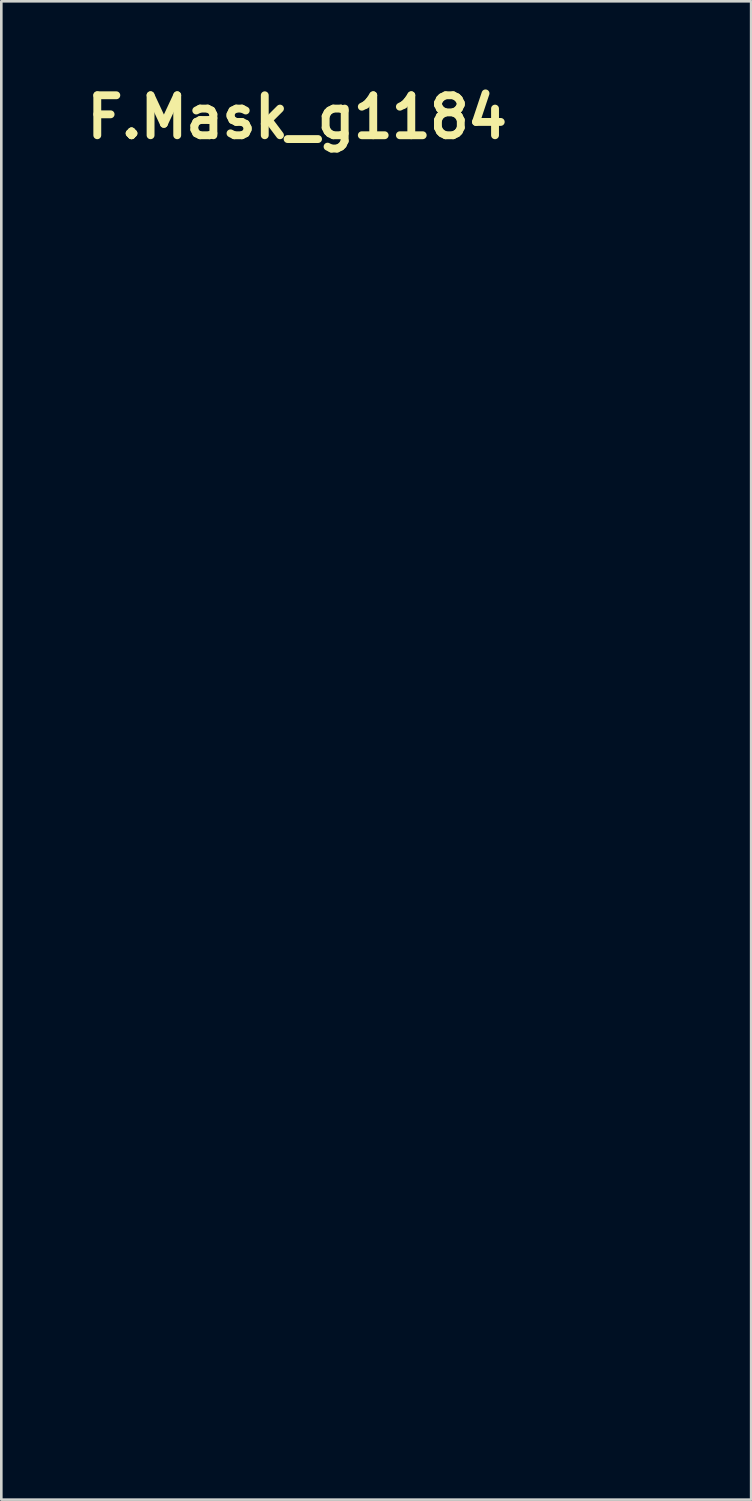
<source format=kicad_pcb>
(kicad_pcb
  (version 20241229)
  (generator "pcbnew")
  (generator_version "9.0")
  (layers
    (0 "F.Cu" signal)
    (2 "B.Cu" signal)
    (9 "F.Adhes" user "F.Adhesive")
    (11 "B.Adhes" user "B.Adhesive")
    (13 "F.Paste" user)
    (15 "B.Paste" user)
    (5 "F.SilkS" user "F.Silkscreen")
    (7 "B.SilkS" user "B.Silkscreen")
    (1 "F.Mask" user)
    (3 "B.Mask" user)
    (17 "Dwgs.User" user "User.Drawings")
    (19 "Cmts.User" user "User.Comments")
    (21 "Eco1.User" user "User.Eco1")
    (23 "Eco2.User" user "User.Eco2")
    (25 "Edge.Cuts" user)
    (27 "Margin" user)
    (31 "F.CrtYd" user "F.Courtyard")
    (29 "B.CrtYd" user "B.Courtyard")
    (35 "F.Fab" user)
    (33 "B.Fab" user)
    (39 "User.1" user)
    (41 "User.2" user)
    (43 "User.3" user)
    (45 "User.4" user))
  (footprint "F.Mask_g1184"
    (layer "F.Cu")
    (at 8.28 1.418)
    (property "Reference" "F.Mask_g1184" (at 0 0 0) (layer "F.SilkS") (effects (font (size 1.524 1.524) (thickness 0.3))))
    (attr through_hole)
    (fp_poly (pts (xy 7.908 22.32) (xy 7.993 22.383) (xy 8.097 22.473) (xy 8.212 22.583) (xy 8.332 22.705) (xy 8.449 22.834) (xy 8.556 22.961) (xy 8.559 22.966) (xy 8.61 23.032) (xy 8.672 23.117) (xy 8.742 23.215) (xy 8.816 23.32) (xy 8.889 23.427) (xy 8.958 23.529) (xy 9.019 23.622) (xy 9.068 23.699) (xy 9.102 23.754) (xy 9.116 23.782) (xy 9.115 23.785) (xy 9.093 23.784) (xy 9.04 23.775) (xy 8.968 23.759) (xy 8.962 23.758) (xy 8.781 23.731) (xy 8.576 23.73) (xy 8.359 23.753) (xy 8.137 23.798) (xy 7.922 23.865) (xy 7.8 23.915) (xy 7.522 24.058) (xy 7.26 24.231) (xy 7.022 24.428) (xy 6.816 24.643) (xy 6.752 24.72) (xy 6.68 24.813) (xy 7.092 24.798) (xy 7.348 24.789) (xy 7.567 24.784) (xy 7.753 24.783) (xy 7.912 24.787) (xy 8.047 24.795) (xy 8.165 24.808) (xy 8.269 24.826) (xy 8.365 24.849) (xy 8.414 24.864) (xy 8.486 24.889) (xy 8.538 24.916) (xy 8.575 24.952) (xy 8.599 25.005) (xy 8.616 25.081) (xy 8.63 25.189) (xy 8.636 25.257) (xy 8.653 25.574) (xy 8.641 25.868) (xy 8.601 26.137) (xy 8.532 26.378) (xy 8.435 26.591) (xy 8.311 26.773) (xy 8.309 26.774) (xy 8.18 26.908) (xy 8.03 27.024) (xy 7.855 27.122) (xy 7.654 27.203) (xy 7.423 27.27) (xy 7.158 27.323) (xy 6.857 27.363) (xy 6.732 27.375) (xy 6.447 27.401) (xy 6.552 27.503) (xy 6.724 27.651) (xy 6.925 27.789) (xy 7.14 27.91) (xy 7.356 28.005) (xy 7.399 28.02) (xy 7.609 28.081) (xy 7.813 28.116) (xy 8.03 28.128) (xy 8.148 28.125) (xy 8.366 28.106) (xy 8.564 28.066) (xy 8.757 28) (xy 8.922 27.925) (xy 9.167 27.78) (xy 9.389 27.6) (xy 9.588 27.388) (xy 9.76 27.148) (xy 9.904 26.88) (xy 10.019 26.589) (xy 10.103 26.275) (xy 10.132 26.123) (xy 10.145 26.037) (xy 10.156 25.975) (xy 10.167 25.938) (xy 10.181 25.93) (xy 10.199 25.951) (xy 10.223 26.004) (xy 10.257 26.092) (xy 10.302 26.216) (xy 10.337 26.313) (xy 10.436 26.596) (xy 10.524 26.869) (xy 10.599 27.128) (xy 10.661 27.368) (xy 10.707 27.582) (xy 10.737 27.766) (xy 10.745 27.839) (xy 10.758 27.997) (xy 10.598 28.064) (xy 10.38 28.144) (xy 10.125 28.221) (xy 9.838 28.292) (xy 9.523 28.358) (xy 9.185 28.417) (xy 8.828 28.468) (xy 8.459 28.511) (xy 8.081 28.545) (xy 7.962 28.553) (xy 7.809 28.561) (xy 7.628 28.567) (xy 7.429 28.57) (xy 7.22 28.571) (xy 7.013 28.57) (xy 6.816 28.567) (xy 6.64 28.562) (xy 6.493 28.554) (xy 6.456 28.551) (xy 6.188 28.524) (xy 5.932 28.488) (xy 5.69 28.444) (xy 5.468 28.394) (xy 5.269 28.337) (xy 5.098 28.276) (xy 4.958 28.212) (xy 4.854 28.145) (xy 4.813 28.107) (xy 4.793 28.061) (xy 4.779 27.981) (xy 4.772 27.875) (xy 4.771 27.752) (xy 4.777 27.62) (xy 4.79 27.487) (xy 4.808 27.36) (xy 4.824 27.284) (xy 4.937 26.868) (xy 5.083 26.433) (xy 5.258 25.984) (xy 5.461 25.525) (xy 5.688 25.063) (xy 5.938 24.603) (xy 6.207 24.148) (xy 6.494 23.705) (xy 6.731 23.367) (xy 6.86 23.194) (xy 6.994 23.023) (xy 7.128 22.86) (xy 7.26 22.708) (xy 7.385 22.571) (xy 7.499 22.455) (xy 7.599 22.362) (xy 7.68 22.298) (xy 7.712 22.278) (xy 7.782 22.24) (xy 7.908 22.32)) (stroke (width 0.01) (type solid)) (fill yes) (layer "F.Mask"))
    (fp_poly (pts (xy 10.766 35.076) (xy 10.84 35.085) (xy 10.863 35.091) (xy 10.906 35.117) (xy 10.943 35.161) (xy 10.974 35.226) (xy 11 35.314) (xy 11.022 35.43) (xy 11.039 35.575) (xy 11.053 35.754) (xy 11.064 35.97) (xy 11.071 36.184) (xy 11.08 36.427) (xy 11.092 36.634) (xy 11.107 36.81) (xy 11.127 36.962) (xy 11.152 37.096) (xy 11.185 37.218) (xy 11.226 37.333) (xy 11.275 37.449) (xy 11.308 37.518) (xy 11.442 37.745) (xy 11.606 37.946) (xy 11.8 38.121) (xy 12.026 38.271) (xy 12.285 38.397) (xy 12.578 38.5) (xy 12.794 38.556) (xy 12.89 38.575) (xy 13.019 38.597) (xy 13.171 38.621) (xy 13.339 38.645) (xy 13.512 38.669) (xy 13.682 38.69) (xy 13.839 38.708) (xy 13.974 38.721) (xy 14.071 38.728) (xy 14.183 38.737) (xy 14.262 38.747) (xy 14.303 38.758) (xy 14.309 38.765) (xy 14.306 38.791) (xy 14.297 38.854) (xy 14.283 38.946) (xy 14.266 39.064) (xy 14.245 39.2) (xy 14.224 39.338) (xy 14.201 39.482) (xy 14.175 39.66) (xy 14.144 39.863) (xy 14.111 40.084) (xy 14.077 40.315) (xy 14.043 40.547) (xy 14.01 40.773) (xy 14 40.841) (xy 13.918 41.404) (xy 13.841 41.926) (xy 13.767 42.411) (xy 13.698 42.86) (xy 13.631 43.275) (xy 13.567 43.659) (xy 13.506 44.013) (xy 13.446 44.341) (xy 13.388 44.643) (xy 13.332 44.922) (xy 13.275 45.18) (xy 13.219 45.42) (xy 13.163 45.642) (xy 13.107 45.85) (xy 13.049 46.046) (xy 12.99 46.231) (xy 12.929 46.409) (xy 12.866 46.58) (xy 12.834 46.662) (xy 12.654 47.078) (xy 12.458 47.457) (xy 12.244 47.799) (xy 12.01 48.107) (xy 11.756 48.383) (xy 11.48 48.628) (xy 11.18 48.843) (xy 10.855 49.031) (xy 10.837 49.04) (xy 10.597 49.155) (xy 10.348 49.256) (xy 10.086 49.345) (xy 9.807 49.423) (xy 9.507 49.491) (xy 9.182 49.549) (xy 8.827 49.598) (xy 8.439 49.64) (xy 8.013 49.675) (xy 7.959 49.679) (xy 7.874 49.683) (xy 7.755 49.688) (xy 7.605 49.692) (xy 7.431 49.696) (xy 7.238 49.7) (xy 7.033 49.703) (xy 6.82 49.706) (xy 6.605 49.709) (xy 6.395 49.711) (xy 6.194 49.712) (xy 6.009 49.713) (xy 5.844 49.713) (xy 5.707 49.712) (xy 5.601 49.71) (xy 5.546 49.708) (xy 5.141 49.685) (xy 4.772 49.661) (xy 4.432 49.635) (xy 4.114 49.606) (xy 3.81 49.574) (xy 3.515 49.538) (xy 3.222 49.498) (xy 2.923 49.452) (xy 2.743 49.422) (xy 2.372 49.356) (xy 2.002 49.283) (xy 1.638 49.203) (xy 1.283 49.119) (xy 0.943 49.031) (xy 0.621 48.941) (xy 0.322 48.849) (xy 0.049 48.757) (xy -0.192 48.666) (xy -0.397 48.577) (xy -0.487 48.533) (xy -0.705 48.41) (xy -0.916 48.268) (xy -1.12 48.105) (xy -1.318 47.922) (xy -1.511 47.716) (xy -1.699 47.486) (xy -1.884 47.23) (xy -2.066 46.947) (xy -2.246 46.637) (xy -2.425 46.297) (xy -2.602 45.925) (xy -2.78 45.522) (xy -2.959 45.085) (xy -3.139 44.613) (xy -3.322 44.105) (xy -3.35 44.023) (xy 0.974 44.023) (xy 0.984 44.018) (xy 1.014 43.982) (xy 1.058 43.922) (xy 1.112 43.842) (xy 1.125 43.822) (xy 1.358 43.484) (xy 1.591 43.177) (xy 1.821 42.904) (xy 2.046 42.669) (xy 2.056 42.659) (xy 2.226 42.511) (xy 2.392 42.397) (xy 2.551 42.319) (xy 2.701 42.277) (xy 2.84 42.272) (xy 2.965 42.304) (xy 3.076 42.374) (xy 3.114 42.411) (xy 3.17 42.48) (xy 3.228 42.569) (xy 3.289 42.681) (xy 3.355 42.819) (xy 3.425 42.984) (xy 3.502 43.181) (xy 3.587 43.411) (xy 3.68 43.677) (xy 3.756 43.898) (xy 3.816 44.075) (xy 3.875 44.248) (xy 3.932 44.412) (xy 3.984 44.56) (xy 4.029 44.685) (xy 4.065 44.781) (xy 4.082 44.826) (xy 4.147 44.979) (xy 4.222 45.141) (xy 4.3 45.301) (xy 4.377 45.448) (xy 4.449 45.574) (xy 4.494 45.646) (xy 4.617 45.804) (xy 4.766 45.958) (xy 4.933 46.099) (xy 5.106 46.22) (xy 5.275 46.31) (xy 5.285 46.314) (xy 5.471 46.377) (xy 5.669 46.411) (xy 5.866 46.415) (xy 6.048 46.39) (xy 6.063 46.386) (xy 6.259 46.314) (xy 6.444 46.205) (xy 6.611 46.063) (xy 6.708 45.961) (xy 6.796 45.857) (xy 6.874 45.747) (xy 6.946 45.629) (xy 7.012 45.498) (xy 7.074 45.349) (xy 7.135 45.178) (xy 7.196 44.983) (xy 7.257 44.758) (xy 7.322 44.499) (xy 7.392 44.203) (xy 7.397 44.182) (xy 7.452 43.947) (xy 7.499 43.749) (xy 7.54 43.583) (xy 7.576 43.445) (xy 7.609 43.329) (xy 7.64 43.233) (xy 7.67 43.149) (xy 7.694 43.088) (xy 7.718 43.039) (xy 7.737 43.022) (xy 7.759 43.033) (xy 7.761 43.035) (xy 7.802 43.077) (xy 7.864 43.153) (xy 7.945 43.258) (xy 8.042 43.391) (xy 8.153 43.548) (xy 8.277 43.726) (xy 8.371 43.865) (xy 8.553 44.129) (xy 8.717 44.358) (xy 8.867 44.556) (xy 9.005 44.724) (xy 9.134 44.866) (xy 9.258 44.984) (xy 9.378 45.081) (xy 9.497 45.16) (xy 9.619 45.223) (xy 9.746 45.274) (xy 9.817 45.297) (xy 9.903 45.32) (xy 9.983 45.333) (xy 10.072 45.338) (xy 10.187 45.336) (xy 10.189 45.336) (xy 10.293 45.331) (xy 10.368 45.323) (xy 10.431 45.308) (xy 10.495 45.283) (xy 10.571 45.247) (xy 10.744 45.138) (xy 10.893 44.997) (xy 11.015 44.826) (xy 11.107 44.63) (xy 11.165 44.424) (xy 11.184 44.285) (xy 11.194 44.119) (xy 11.195 43.941) (xy 11.186 43.765) (xy 11.168 43.606) (xy 11.167 43.599) (xy 11.149 43.501) (xy 11.126 43.394) (xy 11.1 43.285) (xy 11.072 43.181) (xy 11.045 43.088) (xy 11.021 43.013) (xy 11.001 42.964) (xy 10.987 42.948) (xy 10.985 42.95) (xy 10.978 42.982) (xy 10.97 43.046) (xy 10.963 43.134) (xy 10.957 43.233) (xy 10.933 43.52) (xy 10.892 43.783) (xy 10.836 44.018) (xy 10.766 44.218) (xy 10.757 44.238) (xy 10.679 44.379) (xy 10.583 44.492) (xy 10.475 44.576) (xy 10.359 44.626) (xy 10.24 44.64) (xy 10.124 44.616) (xy 10.112 44.611) (xy 10.044 44.572) (xy 9.973 44.511) (xy 9.897 44.426) (xy 9.814 44.314) (xy 9.723 44.172) (xy 9.622 44) (xy 9.511 43.794) (xy 9.386 43.552) (xy 9.301 43.381) (xy 9.186 43.149) (xy 9.084 42.95) (xy 8.993 42.782) (xy 8.911 42.638) (xy 8.833 42.514) (xy 8.758 42.406) (xy 8.683 42.309) (xy 8.603 42.218) (xy 8.52 42.131) (xy 8.365 41.985) (xy 8.221 41.874) (xy 8.083 41.793) (xy 7.944 41.739) (xy 7.796 41.709) (xy 7.757 41.705) (xy 7.576 41.708) (xy 7.389 41.747) (xy 7.204 41.819) (xy 7.027 41.918) (xy 6.867 42.043) (xy 6.731 42.188) (xy 6.681 42.257) (xy 6.609 42.37) (xy 6.544 42.487) (xy 6.483 42.611) (xy 6.425 42.749) (xy 6.367 42.904) (xy 6.309 43.081) (xy 6.248 43.285) (xy 6.183 43.521) (xy 6.113 43.792) (xy 6.096 43.86) (xy 6.024 44.134) (xy 5.959 44.375) (xy 5.899 44.58) (xy 5.846 44.749) (xy 5.799 44.881) (xy 5.758 44.975) (xy 5.726 45.028) (xy 5.704 45.042) (xy 5.683 45.025) (xy 5.643 44.981) (xy 5.59 44.915) (xy 5.53 44.835) (xy 5.468 44.748) (xy 5.409 44.661) (xy 5.359 44.581) (xy 5.35 44.566) (xy 5.26 44.404) (xy 5.158 44.202) (xy 5.043 43.96) (xy 4.917 43.677) (xy 4.889 43.614) (xy 4.778 43.36) (xy 4.679 43.14) (xy 4.589 42.951) (xy 4.508 42.785) (xy 4.431 42.639) (xy 4.355 42.508) (xy 4.279 42.386) (xy 4.2 42.269) (xy 4.115 42.151) (xy 4.09 42.119) (xy 3.909 41.907) (xy 3.717 41.735) (xy 3.513 41.605) (xy 3.298 41.514) (xy 3.239 41.497) (xy 3.13 41.478) (xy 2.996 41.468) (xy 2.855 41.469) (xy 2.723 41.479) (xy 2.625 41.497) (xy 2.421 41.572) (xy 2.223 41.688) (xy 2.032 41.842) (xy 1.848 42.034) (xy 1.674 42.262) (xy 1.511 42.524) (xy 1.36 42.818) (xy 1.237 43.107) (xy 1.206 43.19) (xy 1.171 43.295) (xy 1.134 43.416) (xy 1.095 43.544) (xy 1.058 43.672) (xy 1.026 43.791) (xy 0.999 43.894) (xy 0.981 43.973) (xy 0.974 44.021) (xy 0.974 44.023) (xy -3.35 44.023) (xy -3.508 43.559) (xy -3.697 42.974) (xy -3.891 42.348) (xy -3.916 42.268) (xy -4.018 41.932) (xy -4.109 41.633) (xy -4.192 41.365) (xy -4.268 41.124) (xy -4.338 40.907) (xy -4.403 40.708) (xy -4.465 40.524) (xy -4.526 40.349) (xy -4.587 40.18) (xy -4.649 40.012) (xy -4.715 39.84) (xy -4.785 39.661) (xy -4.816 39.582) (xy -5.093 38.916) (xy -5.381 38.288) (xy -5.684 37.695) (xy -6.002 37.132) (xy -6.337 36.596) (xy -6.396 36.507) (xy -6.458 36.411) (xy -6.506 36.33) (xy -6.538 36.271) (xy -6.548 36.239) (xy -6.547 36.235) (xy -6.517 36.22) (xy -6.454 36.195) (xy -6.365 36.164) (xy -6.258 36.128) (xy -6.139 36.091) (xy -6.016 36.054) (xy -5.896 36.019) (xy -5.787 35.99) (xy -5.726 35.974) (xy -5.638 35.954) (xy -5.518 35.925) (xy -5.376 35.891) (xy -5.219 35.854) (xy -5.058 35.816) (xy -4.961 35.793) (xy -4.807 35.757) (xy -4.656 35.722) (xy -4.518 35.692) (xy -4.399 35.666) (xy -4.308 35.648) (xy -4.266 35.641) (xy -4.182 35.629) (xy -4.13 35.625) (xy -4.1 35.63) (xy -4.081 35.644) (xy -4.073 35.654) (xy -4.046 35.703) (xy -4.016 35.78) (xy -3.984 35.889) (xy -3.948 36.031) (xy -3.907 36.209) (xy -3.864 36.412) (xy -3.814 36.65) (xy -3.77 36.853) (xy -3.729 37.028) (xy -3.691 37.182) (xy -3.654 37.321) (xy -3.616 37.451) (xy -3.576 37.575) (xy -3.452 37.906) (xy -3.306 38.202) (xy -3.138 38.462) (xy -2.946 38.689) (xy -2.729 38.883) (xy -2.485 39.046) (xy -2.213 39.178) (xy -1.912 39.281) (xy -1.58 39.355) (xy -1.308 39.394) (xy -1.151 39.406) (xy -0.959 39.411) (xy -0.739 39.409) (xy -0.499 39.402) (xy -0.245 39.39) (xy 0.015 39.373) (xy 0.274 39.351) (xy 0.525 39.324) (xy 0.762 39.294) (xy 0.953 39.265) (xy 1.271 39.199) (xy 1.552 39.113) (xy 1.799 39.007) (xy 2.012 38.88) (xy 2.195 38.73) (xy 2.347 38.556) (xy 2.47 38.359) (xy 2.489 38.322) (xy 2.54 38.211) (xy 2.584 38.101) (xy 2.62 37.988) (xy 2.648 37.867) (xy 2.67 37.734) (xy 2.685 37.584) (xy 2.695 37.414) (xy 2.7 37.218) (xy 2.699 36.993) (xy 2.695 36.734) (xy 2.687 36.47) (xy 2.68 36.236) (xy 2.675 36.039) (xy 2.672 35.875) (xy 2.672 35.737) (xy 2.673 35.622) (xy 2.677 35.524) (xy 2.683 35.439) (xy 2.686 35.403) (xy 2.697 35.303) (xy 2.707 35.218) (xy 2.717 35.158) (xy 2.724 35.13) (xy 2.748 35.125) (xy 2.807 35.121) (xy 2.894 35.119) (xy 3 35.12) (xy 3.12 35.122) (xy 3.244 35.125) (xy 3.367 35.13) (xy 3.48 35.135) (xy 3.576 35.141) (xy 3.648 35.148) (xy 3.688 35.156) (xy 3.689 35.156) (xy 3.728 35.187) (xy 3.761 35.253) (xy 3.773 35.288) (xy 3.795 35.365) (xy 3.813 35.446) (xy 3.828 35.536) (xy 3.841 35.642) (xy 3.851 35.769) (xy 3.86 35.923) (xy 3.869 36.109) (xy 3.875 36.248) (xy 3.889 36.575) (xy 3.908 36.864) (xy 3.932 37.121) (xy 3.961 37.351) (xy 3.996 37.558) (xy 4.039 37.748) (xy 4.088 37.926) (xy 4.121 38.025) (xy 4.233 38.301) (xy 4.366 38.543) (xy 4.523 38.752) (xy 4.704 38.929) (xy 4.912 39.074) (xy 5.148 39.191) (xy 5.414 39.28) (xy 5.713 39.342) (xy 5.863 39.362) (xy 5.969 39.375) (xy 6.107 39.393) (xy 6.265 39.414) (xy 6.433 39.438) (xy 6.6 39.462) (xy 6.668 39.472) (xy 6.838 39.497) (xy 6.978 39.516) (xy 7.095 39.53) (xy 7.201 39.539) (xy 7.306 39.545) (xy 7.42 39.547) (xy 7.552 39.548) (xy 7.62 39.548) (xy 7.77 39.547) (xy 7.887 39.545) (xy 7.978 39.541) (xy 8.053 39.535) (xy 8.119 39.525) (xy 8.185 39.511) (xy 8.259 39.492) (xy 8.266 39.49) (xy 8.549 39.395) (xy 8.806 39.269) (xy 9.035 39.112) (xy 9.235 38.926) (xy 9.393 38.73) (xy 9.483 38.592) (xy 9.554 38.463) (xy 9.615 38.326) (xy 9.668 38.185) (xy 9.697 38.101) (xy 9.721 38.018) (xy 9.743 37.933) (xy 9.763 37.838) (xy 9.781 37.73) (xy 9.8 37.603) (xy 9.818 37.452) (xy 9.838 37.272) (xy 9.861 37.058) (xy 9.875 36.919) (xy 9.907 36.602) (xy 9.938 36.324) (xy 9.968 36.083) (xy 9.997 35.877) (xy 10.027 35.702) (xy 10.058 35.555) (xy 10.09 35.435) (xy 10.125 35.337) (xy 10.162 35.261) (xy 10.203 35.202) (xy 10.248 35.158) (xy 10.298 35.127) (xy 10.302 35.125) (xy 10.365 35.106) (xy 10.455 35.09) (xy 10.561 35.08) (xy 10.669 35.075) (xy 10.766 35.076)) (stroke (width 0.01) (type solid)) (fill yes) (layer "F.Mask")))
  (gr_rect
    (start -3 -3)
    (end 25.594 54.136)
    (stroke (width 0.1) (type default))
    (fill no)
    (layer "Edge.Cuts")))
</source>
